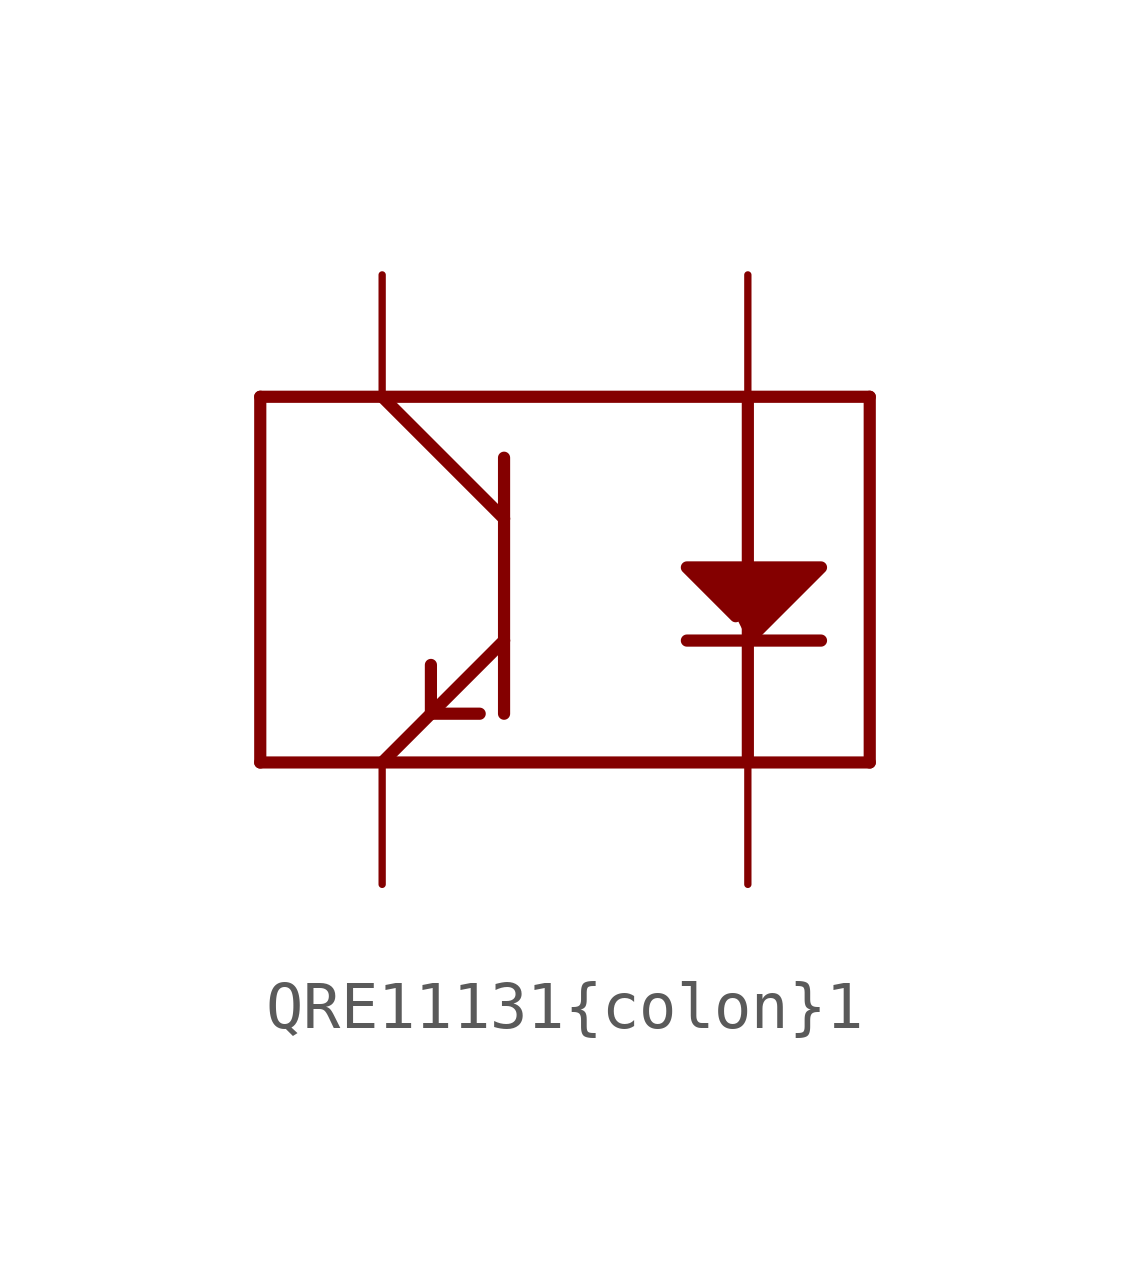
<source format=kicad_sym>
(kicad_symbol_lib
  (version 20220914)
  (generator kicad_symbol_editor)
  (symbol "QRE11131{colon}1"
    (property "Reference" ""
      (at -1.27 -7.112 0)
      (effects (font (size 1.778 1.511)) (justify left bottom) hide))
    (property "ki_locked" ""
      (at 0 0 0)
      (effects (font (size 1.27 1.27))))
    (symbol "QRE11131{colon}1_1_0"
      (polyline (pts (xy -5.08 -5.08) (xy -2.54 -5.08)) (stroke (width 0.254) (type solid)) (fill (type none)))
      (polyline (pts (xy -5.08 2.54) (xy -5.08 -5.08)) (stroke (width 0.254) (type solid)) (fill (type none)))
      (polyline (pts (xy -2.54 -5.08) (xy 5.08 -5.08)) (stroke (width 0.254) (type solid)) (fill (type none)))
      (polyline (pts (xy -2.54 2.54) (xy -5.08 2.54)) (stroke (width 0.254) (type solid)) (fill (type none)))
      (polyline (pts (xy -2.54 2.54) (xy 0 0)) (stroke (width 0.254) (type solid)) (fill (type none)))
      (polyline (pts (xy -1.524 -4.064) (xy -2.54 -5.08)) (stroke (width 0.254) (type solid)) (fill (type none)))
      (polyline (pts (xy -1.524 -4.064) (xy -1.524 -3.048)) (stroke (width 0.254) (type solid)) (fill (type none)))
      (polyline (pts (xy -1.524 -4.064) (xy -0.508 -4.064)) (stroke (width 0.254) (type solid)) (fill (type none)))
      (polyline (pts (xy 0 -2.54) (xy -1.524 -4.064)) (stroke (width 0.254) (type solid)) (fill (type none)))
      (polyline (pts (xy 0 -2.54) (xy 0 -4.064)) (stroke (width 0.254) (type solid)) (fill (type none)))
      (polyline (pts (xy 0 0) (xy 0 -2.54)) (stroke (width 0.254) (type solid)) (fill (type none)))
      (polyline (pts (xy 0 0) (xy 0 1.27)) (stroke (width 0.254) (type solid)) (fill (type none)))
      (polyline (pts (xy 3.81 -2.54) (xy 5.08 -2.54)) (stroke (width 0.254) (type solid)) (fill (type none)))
      (polyline (pts (xy 5.08 -5.08) (xy 7.62 -5.08)) (stroke (width 0.254) (type solid)) (fill (type none)))
      (polyline (pts (xy 5.08 -2.54) (xy 5.08 -5.08)) (stroke (width 0.254) (type solid)) (fill (type none)))
      (polyline (pts (xy 5.08 -2.54) (xy 6.604 -2.54)) (stroke (width 0.254) (type solid)) (fill (type none)))
      (polyline (pts (xy 5.08 2.54) (xy -2.54 2.54)) (stroke (width 0.254) (type solid)) (fill (type none)))
      (polyline (pts (xy 5.08 2.54) (xy 5.08 -2.54)) (stroke (width 0.254) (type solid)) (fill (type none)))
      (polyline (pts (xy 7.62 -5.08) (xy 7.62 2.54)) (stroke (width 0.254) (type solid)) (fill (type none)))
      (polyline (pts (xy 7.62 2.54) (xy 5.08 2.54)) (stroke (width 0.254) (type solid)) (fill (type none)))
      (polyline (pts (xy 5.08 -2.54) (xy 6.604 -1.016) (xy 3.81 -1.016) (xy 4.826 -2.032)) (stroke (width 0.254) (type solid)) (fill (type outline)))
      (pin bidirectional line (at 5.08 5.08 270) (length 2.54) (name "A" (effects (font (size 0 0)))) (number "1" (effects (font (size 0 0)))))
      (pin bidirectional line (at 5.08 -7.62 90) (length 2.54) (name "K" (effects (font (size 0 0)))) (number "2" (effects (font (size 0 0)))))
      (pin bidirectional line (at -2.54 5.08 270) (length 2.54) (name "C" (effects (font (size 0 0)))) (number "3" (effects (font (size 0 0)))))
      (pin bidirectional line (at -2.54 -7.62 90) (length 2.54) (name "E" (effects (font (size 0 0)))) (number "4" (effects (font (size 0 0))))))))
</source>
